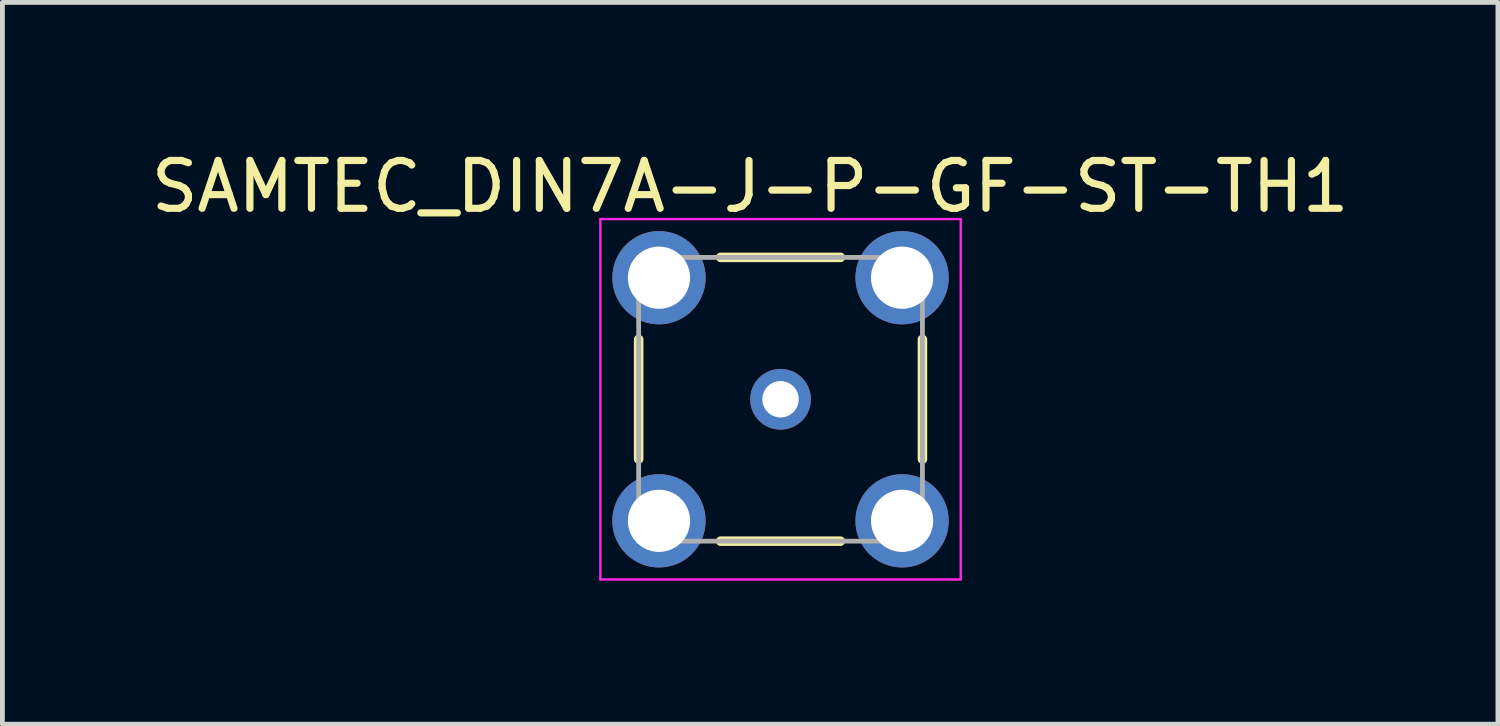
<source format=kicad_pcb>
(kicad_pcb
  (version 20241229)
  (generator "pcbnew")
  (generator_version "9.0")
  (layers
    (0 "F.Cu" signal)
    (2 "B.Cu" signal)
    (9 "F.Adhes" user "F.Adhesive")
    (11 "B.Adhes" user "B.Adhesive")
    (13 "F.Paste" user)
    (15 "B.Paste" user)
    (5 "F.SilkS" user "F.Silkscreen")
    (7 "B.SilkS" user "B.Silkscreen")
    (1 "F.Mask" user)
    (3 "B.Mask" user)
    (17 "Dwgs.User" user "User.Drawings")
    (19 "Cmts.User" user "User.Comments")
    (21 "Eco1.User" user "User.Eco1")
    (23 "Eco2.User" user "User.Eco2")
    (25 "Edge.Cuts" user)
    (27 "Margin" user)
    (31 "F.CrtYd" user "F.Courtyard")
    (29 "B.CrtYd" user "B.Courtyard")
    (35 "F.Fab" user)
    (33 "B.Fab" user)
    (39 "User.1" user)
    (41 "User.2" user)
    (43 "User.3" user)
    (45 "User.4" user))
  (footprint "SAMTEC_DIN7A-J-P-GF-ST-TH1"
    (layer "F.Cu")
    (at 13.26 5.293)
    (property "Reference" "SAMTEC_DIN7A-J-P-GF-ST-TH1" (at -0.635 -4.445 0) (layer "F.SilkS") (effects (font (size 1 1) (thickness 0.15))))
    (attr through_hole)
    (fp_line (start -2.965 1.25) (end -2.965 -1.25) (stroke (width 0.2) (type solid)) (layer "F.SilkS"))
    (fp_line (start -1.25 -2.965) (end 1.25 -2.965) (stroke (width 0.2) (type solid)) (layer "F.SilkS"))
    (fp_line (start -1.25 2.965) (end 1.25 2.965) (stroke (width 0.2) (type solid)) (layer "F.SilkS"))
    (fp_line (start 2.965 1.25) (end 2.965 -1.25) (stroke (width 0.2) (type solid)) (layer "F.SilkS"))
    (fp_line (start -3.765 -3.765) (end 3.765 -3.765) (stroke (width 0.05) (type solid)) (layer "F.CrtYd"))
    (fp_line (start -3.765 3.765) (end -3.765 -3.765) (stroke (width 0.05) (type solid)) (layer "F.CrtYd"))
    (fp_line (start 3.765 -3.765) (end 3.765 3.765) (stroke (width 0.05) (type solid)) (layer "F.CrtYd"))
    (fp_line (start 3.765 3.765) (end -3.765 3.765) (stroke (width 0.05) (type solid)) (layer "F.CrtYd"))
    (fp_line (start -2.965 -2.965) (end 2.965 -2.965) (stroke (width 0.1) (type solid)) (layer "F.Fab"))
    (fp_line (start -2.965 2.965) (end -2.965 -2.965) (stroke (width 0.1) (type solid)) (layer "F.Fab"))
    (fp_line (start 2.965 -2.965) (end 2.965 2.965) (stroke (width 0.1) (type solid)) (layer "F.Fab"))
    (fp_line (start 2.965 2.965) (end -2.965 2.965) (stroke (width 0.1) (type solid)) (layer "F.Fab"))
    (pad "1" thru_hole circle (at 0 0) (size 1.268 1.268) (drill 0.76) (layers "*.Cu" "*.Mask"))
    (pad "S1" thru_hole circle (at -2.54 -2.54) (size 1.95 1.95) (drill 1.3) (layers "*.Cu" "*.Mask"))
    (pad "S2" thru_hole circle (at -2.54 2.54) (size 1.95 1.95) (drill 1.3) (layers "*.Cu" "*.Mask"))
    (pad "S3" thru_hole circle (at 2.54 2.54) (size 1.95 1.95) (drill 1.3) (layers "*.Cu" "*.Mask"))
    (pad "S4" thru_hole circle (at 2.54 -2.54) (size 1.95 1.95) (drill 1.3) (layers "*.Cu" "*.Mask")))
  (gr_rect
    (start -3 -3)
    (end 28.25 12.083)
    (stroke (width 0.1) (type default))
    (fill no)
    (layer "Edge.Cuts")))
</source>
